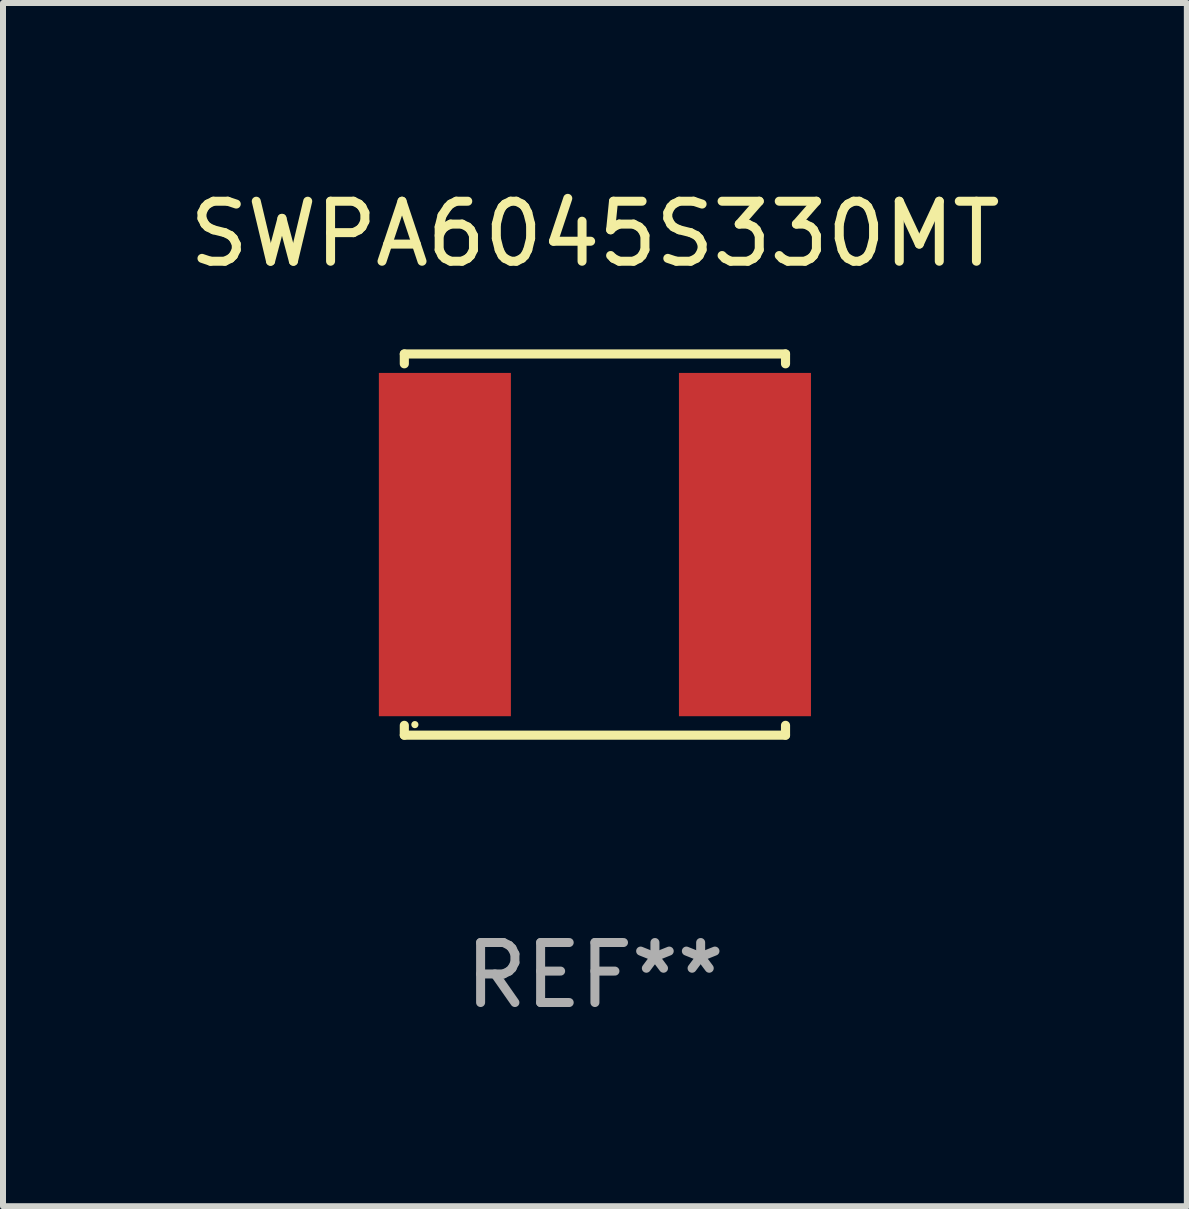
<source format=kicad_pcb>
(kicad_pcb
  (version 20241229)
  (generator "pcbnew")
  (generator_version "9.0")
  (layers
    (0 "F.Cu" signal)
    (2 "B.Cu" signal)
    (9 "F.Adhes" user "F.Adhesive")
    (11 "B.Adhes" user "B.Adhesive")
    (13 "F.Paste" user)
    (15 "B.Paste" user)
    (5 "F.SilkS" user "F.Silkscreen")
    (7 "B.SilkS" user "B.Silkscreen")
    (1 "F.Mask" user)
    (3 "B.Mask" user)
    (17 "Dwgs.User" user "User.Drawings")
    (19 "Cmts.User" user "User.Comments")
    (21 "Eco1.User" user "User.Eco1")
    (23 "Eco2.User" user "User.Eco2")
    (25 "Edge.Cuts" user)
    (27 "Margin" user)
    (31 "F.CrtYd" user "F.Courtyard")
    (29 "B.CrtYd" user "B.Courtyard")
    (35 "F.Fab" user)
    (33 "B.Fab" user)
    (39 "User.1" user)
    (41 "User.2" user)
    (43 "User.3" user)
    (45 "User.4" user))
  (footprint "SWPA6045S330MT"
    (layer "F.Cu")
    (at 6.863 6.024)
    (property "Reference" "SWPA6045S330MT" (at 0 -5.176 0) (layer "F.SilkS") (effects (font (size 1 1) (thickness 0.15))))
    (attr through_hole)
    (fp_line (start -3.176 -3.176) (end 3.176 -3.176) (stroke (width 0.152) (type solid)) (layer "F.SilkS"))
    (fp_line (start -3.176 -3.012) (end -3.176 -3.176) (stroke (width 0.152) (type solid)) (layer "F.SilkS"))
    (fp_line (start -3.176 3.012) (end -3.176 3.176) (stroke (width 0.152) (type solid)) (layer "F.SilkS"))
    (fp_line (start -3.176 3.176) (end 3.176 3.176) (stroke (width 0.152) (type solid)) (layer "F.SilkS"))
    (fp_line (start 3.176 -3.176) (end 3.176 -3.012) (stroke (width 0.152) (type solid)) (layer "F.SilkS"))
    (fp_line (start 3.176 3.176) (end 3.176 3.012) (stroke (width 0.152) (type solid)) (layer "F.SilkS"))
    (fp_circle (center -3 3) (end -2.97 3) (stroke (width 0.06) (type solid)) (fill no) (layer "F.SilkS"))
    (fp_text user "REF**" (at 0 7.176 0) (layer "F.Fab") (effects (font (size 1 1) (thickness 0.15))))
    (pad "1" smd rect (at -2.5 0) (size 2.2 5.72) (layers "F.Cu" "F.Mask" "F.Paste"))
    (pad "2" smd rect (at 2.5 0) (size 2.2 5.72) (layers "F.Cu" "F.Mask" "F.Paste")))
  (gr_rect
    (start -3 -3)
    (end 16.726 17.049)
    (stroke (width 0.1) (type default))
    (fill no)
    (layer "Edge.Cuts")))
</source>
